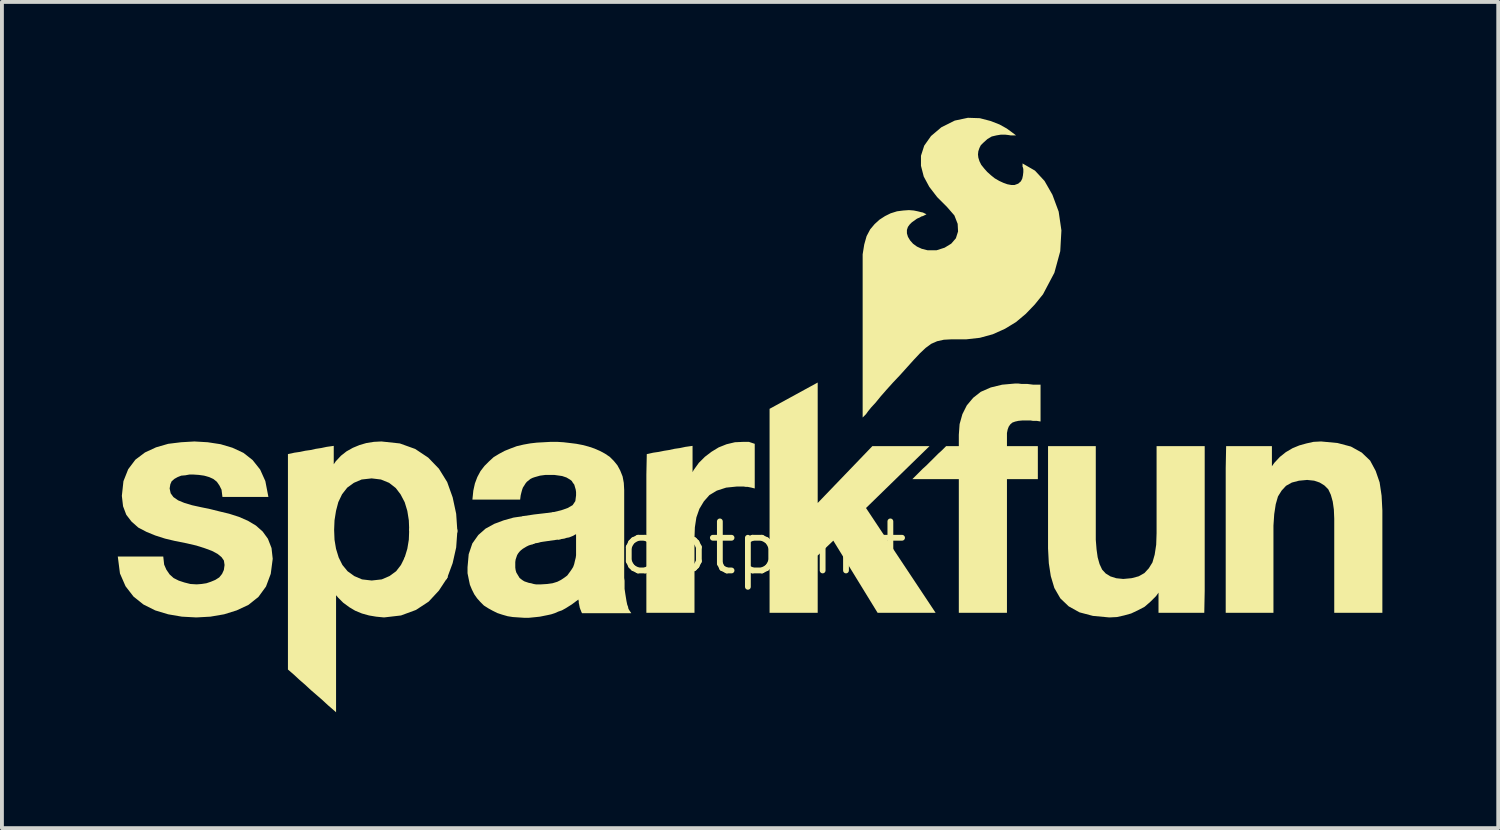
<source format=kicad_pcb>
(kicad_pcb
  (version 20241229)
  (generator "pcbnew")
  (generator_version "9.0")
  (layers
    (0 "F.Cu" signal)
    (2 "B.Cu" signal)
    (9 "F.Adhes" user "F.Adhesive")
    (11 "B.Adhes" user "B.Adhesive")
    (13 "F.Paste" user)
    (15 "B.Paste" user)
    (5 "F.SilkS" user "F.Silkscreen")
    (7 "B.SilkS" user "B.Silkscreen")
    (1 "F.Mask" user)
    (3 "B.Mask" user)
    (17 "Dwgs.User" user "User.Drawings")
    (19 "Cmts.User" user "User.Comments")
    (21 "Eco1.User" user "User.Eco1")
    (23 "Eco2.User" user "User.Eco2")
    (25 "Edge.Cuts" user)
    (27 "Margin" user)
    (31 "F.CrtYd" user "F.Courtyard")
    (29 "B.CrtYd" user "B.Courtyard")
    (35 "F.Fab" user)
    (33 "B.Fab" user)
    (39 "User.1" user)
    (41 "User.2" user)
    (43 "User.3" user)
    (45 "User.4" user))
  (footprint "footprint"
    (layer "F.Cu")
    (at 16.344 11.14)
    (property "Reference" "footprint" (at 0 0 0) (layer "F.SilkS") (effects (font (size 1.27 1.27) (thickness 0.15))))
    (fp_poly (pts (xy -7.55 -0.479) (xy -7.583 -0.016) (xy -7.674 0.389) (xy -7.83 0.811) (xy -8.927 0.278) (xy -8.848 0.019) (xy -8.809 -0.216) (xy -8.798 -0.511)) (stroke (width 0) (type solid)) (fill yes) (layer "F.SilkS"))
    (fp_poly (pts (xy -4.875 -0.23) (xy -5.335 -0.164) (xy -5.393 -0.155) (xy -5.463 -0.135) (xy -5.532 -0.125) (xy -5.625 -0.094) (xy -5.872 -0.823) (xy -5.566 -0.87) (xy -5.306 -0.9) (xy -5.031 -0.934)) (stroke (width 0) (type solid)) (fill yes) (layer "F.SilkS"))
    (fp_poly (pts (xy 1.777 -1.167) (xy 3.193 -2.64) (xy 4.673 -2.64) (xy 3.028 -1.037) (xy 4.83 1.676) (xy 3.328 1.676) (xy 2.181 -0.192) (xy 1.777 0.194) (xy 1.777 1.676) (xy 0.531 1.676) (xy 0.531 -3.605) (xy 1.777 -4.286)) (stroke (width 0) (type solid)) (fill yes) (layer "F.SilkS"))
    (fp_poly (pts (xy 0.147 -2.699) (xy 0.147 -1.543) (xy 0.061 -1.565) (xy -0.035 -1.584) (xy -0.084 -1.584) (xy -0.144 -1.594) (xy -0.309 -1.594) (xy -0.593 -1.565) (xy -0.835 -1.487) (xy -1.026 -1.372) (xy -1.17 -1.209) (xy -1.286 -1.016) (xy -1.364 -0.793) (xy -1.403 -0.538) (xy -1.413 -0.271) (xy -1.413 1.676) (xy -2.659 1.676) (xy -2.659 -1.902) (xy -2.648 -2.433) (xy -2.478 -2.47) (xy -2.338 -2.49) (xy -2.198 -2.519) (xy -2.068 -2.539) (xy -1.928 -2.57) (xy -1.788 -2.59) (xy -1.648 -2.62) (xy -1.463 -2.646) (xy -1.463 -1.966) (xy -1.433 -2.022) (xy -1.3 -2.207) (xy -1.146 -2.361) (xy -0.973 -2.493) (xy -0.788 -2.606) (xy -0.583 -2.688) (xy -0.366 -2.74) (xy -0.142 -2.75) (xy -0.005 -2.75)) (stroke (width 0) (type solid)) (fill yes) (layer "F.SilkS"))
    (fp_poly (pts (xy 7.051 -4.25) (xy 7.201 -4.25) (xy 7.361 -4.23) (xy 7.547 -4.23) (xy 7.547 -3.277) (xy 7.446 -3.294) (xy 7.346 -3.294) (xy 7.286 -3.304) (xy 7.081 -3.304) (xy 6.975 -3.294) (xy 6.89 -3.275) (xy 6.818 -3.249) (xy 6.767 -3.206) (xy 6.723 -3.144) (xy 6.696 -3.072) (xy 6.677 -2.978) (xy 6.677 -2.64) (xy 7.477 -2.64) (xy 7.477 -1.784) (xy 6.677 -1.784) (xy 6.677 1.676) (xy 5.431 1.676) (xy 5.431 -1.784) (xy 4.227 -1.784) (xy 4.493 -2.05) (xy 4.593 -2.14) (xy 4.893 -2.44) (xy 4.993 -2.53) (xy 5.103 -2.64) (xy 5.431 -2.64) (xy 5.431 -2.933) (xy 5.451 -3.209) (xy 5.523 -3.466) (xy 5.637 -3.693) (xy 5.802 -3.89) (xy 5.999 -4.045) (xy 6.257 -4.158) (xy 6.553 -4.23) (xy 6.887 -4.26) (xy 6.971 -4.26)) (stroke (width 0) (type solid)) (fill yes) (layer "F.SilkS"))
    (fp_poly (pts (xy 8.977 -0.214) (xy 8.997 0.034) (xy 9.026 0.24) (xy 9.075 0.415) (xy 9.141 0.557) (xy 9.234 0.658) (xy 9.355 0.733) (xy 9.507 0.781) (xy 9.689 0.8) (xy 9.902 0.78) (xy 10.085 0.732) (xy 10.235 0.648) (xy 10.349 0.525) (xy 10.444 0.372) (xy 10.502 0.17) (xy 10.541 -0.086) (xy 10.551 -0.383) (xy 10.551 -2.64) (xy 11.797 -2.64) (xy 11.797 1.108) (xy 11.786 1.676) (xy 10.601 1.676) (xy 10.601 1.154) (xy 10.538 1.243) (xy 10.395 1.386) (xy 10.241 1.52) (xy 10.066 1.612) (xy 9.892 1.694) (xy 9.708 1.745) (xy 9.524 1.786) (xy 9.328 1.796) (xy 8.902 1.756) (xy 8.555 1.664) (xy 8.276 1.509) (xy 8.059 1.302) (xy 7.904 1.033) (xy 7.812 0.726) (xy 7.761 0.392) (xy 7.741 0.009) (xy 7.741 -2.64) (xy 8.977 -2.64)) (stroke (width 0) (type solid)) (fill yes) (layer "F.SilkS"))
    (fp_poly (pts (xy 15.236 -2.72) (xy 15.583 -2.628) (xy 15.862 -2.473) (xy 16.08 -2.265) (xy 16.224 -1.997) (xy 16.326 -1.701) (xy 16.377 -1.356) (xy 16.397 -0.973) (xy 16.397 1.676) (xy 15.151 1.676) (xy 15.151 -0.761) (xy 15.141 -0.999) (xy 15.112 -1.204) (xy 15.063 -1.379) (xy 14.997 -1.52) (xy 14.895 -1.622) (xy 14.773 -1.697) (xy 14.631 -1.745) (xy 14.449 -1.764) (xy 14.236 -1.744) (xy 14.053 -1.696) (xy 13.903 -1.612) (xy 13.789 -1.489) (xy 13.694 -1.336) (xy 13.636 -1.134) (xy 13.597 -0.878) (xy 13.577 -0.581) (xy 13.577 1.676) (xy 12.341 1.676) (xy 12.341 -2.072) (xy 12.352 -2.64) (xy 13.537 -2.64) (xy 13.537 -2.118) (xy 13.599 -2.206) (xy 13.743 -2.36) (xy 13.897 -2.483) (xy 14.072 -2.586) (xy 14.247 -2.658) (xy 14.43 -2.709) (xy 14.614 -2.75) (xy 14.81 -2.76)) (stroke (width 0) (type solid)) (fill yes) (layer "F.SilkS"))
    (fp_poly (pts (xy -9.042 -2.709) (xy -8.644 -2.566) (xy -8.306 -2.341) (xy -8.031 -2.056) (xy -7.816 -1.709) (xy -7.674 -1.312) (xy -7.583 -0.887) (xy -7.55 -0.403) (xy -8.798 -0.435) (xy -8.809 -0.718) (xy -8.848 -0.963) (xy -8.916 -1.187) (xy -9.023 -1.391) (xy -9.148 -1.555) (xy -9.32 -1.689) (xy -9.531 -1.775) (xy -9.771 -1.804) (xy -10.031 -1.775) (xy -10.232 -1.689) (xy -10.404 -1.564) (xy -10.538 -1.392) (xy -10.635 -1.189) (xy -10.694 -0.964) (xy -10.733 -0.718) (xy -10.743 -0.472) (xy -10.733 -0.216) (xy -10.694 0.019) (xy -10.625 0.244) (xy -10.529 0.437) (xy -10.395 0.6) (xy -10.222 0.725) (xy -10.021 0.811) (xy -9.771 0.84) (xy -9.511 0.811) (xy -9.31 0.725) (xy -9.138 0.6) (xy -9.013 0.438) (xy -8.898 0.207) (xy -7.795 0.743) (xy -8.031 1.102) (xy -8.296 1.387) (xy -8.624 1.602) (xy -9.012 1.745) (xy -9.451 1.796) (xy -9.656 1.776) (xy -9.839 1.745) (xy -10.023 1.694) (xy -10.198 1.622) (xy -10.352 1.53) (xy -10.506 1.417) (xy -10.639 1.284) (xy -10.693 1.221) (xy -10.693 4.251) (xy -10.906 4.066) (xy -11.046 3.936) (xy -11.346 3.676) (xy -11.486 3.546) (xy -11.636 3.416) (xy -11.776 3.286) (xy -11.939 3.145) (xy -11.939 -2.433) (xy -11.768 -2.47) (xy -11.628 -2.49) (xy -11.488 -2.52) (xy -11.348 -2.539) (xy -11.218 -2.569) (xy -11.078 -2.59) (xy -10.938 -2.62) (xy -10.753 -2.646) (xy -10.753 -2.17) (xy -10.701 -2.246) (xy -10.567 -2.39) (xy -10.422 -2.504) (xy -10.258 -2.596) (xy -10.084 -2.668) (xy -9.909 -2.719) (xy -9.715 -2.75) (xy -9.52 -2.76)) (stroke (width 0) (type solid)) (fill yes) (layer "F.SilkS"))
    (fp_poly (pts (xy -14.017 -2.74) (xy -13.683 -2.689) (xy -13.377 -2.598) (xy -13.091 -2.465) (xy -12.854 -2.279) (xy -12.658 -2.032) (xy -12.524 -1.734) (xy -12.445 -1.324) (xy -13.635 -1.324) (xy -13.658 -1.511) (xy -13.714 -1.622) (xy -13.779 -1.716) (xy -13.871 -1.789) (xy -13.974 -1.836) (xy -14.109 -1.875) (xy -14.245 -1.894) (xy -14.392 -1.904) (xy -14.488 -1.904) (xy -14.596 -1.884) (xy -14.702 -1.875) (xy -14.795 -1.838) (xy -14.879 -1.791) (xy -14.95 -1.729) (xy -14.984 -1.651) (xy -15.002 -1.543) (xy -14.975 -1.418) (xy -14.904 -1.32) (xy -14.783 -1.236) (xy -14.618 -1.168) (xy -14.421 -1.109) (xy -14.193 -1.059) (xy -13.952 -1.009) (xy -13.712 -0.949) (xy -13.461 -0.889) (xy -13.208 -0.808) (xy -12.974 -0.706) (xy -12.768 -0.583) (xy -12.593 -0.428) (xy -12.457 -0.24) (xy -12.364 -0.001) (xy -12.333 0.278) (xy -12.384 0.667) (xy -12.507 0.996) (xy -12.703 1.265) (xy -12.961 1.471) (xy -13.267 1.614) (xy -13.592 1.715) (xy -13.947 1.776) (xy -14.311 1.796) (xy -14.685 1.776) (xy -15.04 1.715) (xy -15.375 1.614) (xy -15.682 1.46) (xy -15.938 1.255) (xy -16.144 0.988) (xy -16.288 0.658) (xy -16.344 0.22) (xy -15.167 0.22) (xy -15.144 0.428) (xy -15.087 0.559) (xy -15.002 0.683) (xy -14.899 0.776) (xy -14.766 0.843) (xy -14.62 0.891) (xy -14.465 0.93) (xy -14.301 0.94) (xy -14.175 0.93) (xy -14.05 0.911) (xy -13.934 0.872) (xy -13.819 0.824) (xy -13.717 0.759) (xy -13.644 0.668) (xy -13.598 0.567) (xy -13.58 0.438) (xy -13.597 0.323) (xy -13.659 0.234) (xy -13.762 0.15) (xy -13.907 0.073) (xy -14.093 0.004) (xy -14.311 -0.065) (xy -14.569 -0.125) (xy -14.869 -0.185) (xy -15.121 -0.245) (xy -15.374 -0.326) (xy -15.597 -0.417) (xy -15.813 -0.53) (xy -15.989 -0.686) (xy -16.125 -0.863) (xy -16.208 -1.083) (xy -16.239 -1.352) (xy -16.198 -1.731) (xy -16.075 -2.041) (xy -15.888 -2.289) (xy -15.641 -2.475) (xy -15.354 -2.608) (xy -15.039 -2.699) (xy -14.704 -2.74) (xy -14.361 -2.76)) (stroke (width 0) (type solid)) (fill yes) (layer "F.SilkS"))
    (fp_poly (pts (xy 5.974 -11.13) (xy 6.251 -11.058) (xy 6.485 -10.967) (xy 6.67 -10.864) (xy 6.782 -10.783) (xy 6.913 -10.684) (xy 6.776 -10.684) (xy 6.714 -10.694) (xy 6.627 -10.704) (xy 6.522 -10.704) (xy 6.406 -10.685) (xy 6.283 -10.656) (xy 6.172 -10.591) (xy 6.065 -10.494) (xy 6 -10.429) (xy 5.964 -10.357) (xy 5.936 -10.274) (xy 5.927 -10.192) (xy 5.936 -10.11) (xy 5.965 -10.016) (xy 6.011 -9.923) (xy 6.088 -9.827) (xy 6.166 -9.739) (xy 6.264 -9.651) (xy 6.361 -9.573) (xy 6.477 -9.506) (xy 6.583 -9.457) (xy 6.689 -9.419) (xy 6.792 -9.4) (xy 6.872 -9.4) (xy 6.969 -9.435) (xy 7.038 -9.496) (xy 7.073 -9.565) (xy 7.091 -9.648) (xy 7.101 -9.734) (xy 7.101 -9.808) (xy 7.093 -9.85) (xy 7.081 -9.873) (xy 7.081 -9.958) (xy 7.403 -9.772) (xy 7.65 -9.505) (xy 7.854 -9.148) (xy 8.016 -8.711) (xy 8.087 -8.224) (xy 8.057 -7.686) (xy 7.905 -7.128) (xy 7.611 -6.571) (xy 7.398 -6.307) (xy 7.165 -6.064) (xy 6.911 -5.851) (xy 6.627 -5.678) (xy 6.312 -5.536) (xy 5.976 -5.444) (xy 5.621 -5.404) (xy 5.23 -5.404) (xy 5.044 -5.394) (xy 4.871 -5.356) (xy 4.718 -5.289) (xy 4.573 -5.183) (xy 4.426 -5.045) (xy 4.267 -4.876) (xy 4.097 -4.687) (xy 3.907 -4.476) (xy 3.727 -4.286) (xy 3.557 -4.097) (xy 3.408 -3.927) (xy 3.278 -3.767) (xy 3.158 -3.637) (xy 3.079 -3.539) (xy 3.028 -3.467) (xy 2.941 -3.38) (xy 2.941 -7.605) (xy 2.982 -7.86) (xy 3.043 -8.076) (xy 3.137 -8.253) (xy 3.251 -8.388) (xy 3.376 -8.502) (xy 3.52 -8.595) (xy 3.665 -8.667) (xy 3.831 -8.719) (xy 3.995 -8.74) (xy 4.139 -8.75) (xy 4.264 -8.74) (xy 4.367 -8.719) (xy 4.447 -8.699) (xy 4.501 -8.688) (xy 4.594 -8.642) (xy 4.502 -8.596) (xy 4.464 -8.586) (xy 4.416 -8.558) (xy 4.348 -8.529) (xy 4.214 -8.433) (xy 4.158 -8.377) (xy 4.113 -8.315) (xy 4.087 -8.236) (xy 4.087 -8.148) (xy 4.114 -8.058) (xy 4.17 -7.965) (xy 4.245 -7.88) (xy 4.348 -7.805) (xy 4.472 -7.748) (xy 4.624 -7.71) (xy 4.853 -7.71) (xy 5.063 -7.777) (xy 5.234 -7.881) (xy 5.355 -8.021) (xy 5.411 -8.197) (xy 5.401 -8.394) (xy 5.316 -8.612) (xy 5.121 -8.836) (xy 4.87 -9.087) (xy 4.667 -9.351) (xy 4.523 -9.618) (xy 4.451 -9.897) (xy 4.451 -10.158) (xy 4.535 -10.419) (xy 4.711 -10.668) (xy 4.978 -10.894) (xy 5.326 -11.068) (xy 5.666 -11.14)) (stroke (width 0) (type solid)) (fill yes) (layer "F.SilkS"))
    (fp_poly (pts (xy -4.808 -2.74) (xy -4.636 -2.72) (xy -4.475 -2.7) (xy -4.313 -2.669) (xy -4.16 -2.629) (xy -4.007 -2.578) (xy -3.864 -2.516) (xy -3.731 -2.445) (xy -3.607 -2.362) (xy -3.503 -2.258) (xy -3.409 -2.143) (xy -3.336 -2.008) (xy -3.274 -1.853) (xy -3.243 -1.687) (xy -3.233 -1.503) (xy -3.233 0.775) (xy -3.223 0.845) (xy -3.223 1.055) (xy -3.203 1.192) (xy -3.174 1.371) (xy -3.154 1.467) (xy -3.134 1.517) (xy -3.125 1.566) (xy -3.108 1.599) (xy -3.05 1.686) (xy -4.325 1.686) (xy -4.346 1.643) (xy -4.356 1.613) (xy -4.366 1.593) (xy -4.389 1.524) (xy -4.389 1.504) (xy -4.399 1.474) (xy -4.399 1.454) (xy -4.409 1.424) (xy -4.409 1.374) (xy -4.419 1.344) (xy -4.419 1.33) (xy -4.426 1.337) (xy -4.589 1.459) (xy -4.752 1.561) (xy -4.846 1.613) (xy -4.937 1.644) (xy -5.027 1.684) (xy -5.121 1.715) (xy -5.213 1.735) (xy -5.415 1.776) (xy -5.507 1.786) (xy -5.709 1.806) (xy -5.812 1.806) (xy -6.115 1.786) (xy -6.249 1.765) (xy -6.392 1.724) (xy -6.516 1.683) (xy -6.639 1.622) (xy -6.75 1.561) (xy -6.865 1.488) (xy -6.959 1.394) (xy -7.041 1.302) (xy -7.114 1.198) (xy -7.176 1.074) (xy -7.228 0.949) (xy -7.258 0.806) (xy -7.289 0.652) (xy -7.289 0.496) (xy -7.259 0.16) (xy -7.165 -0.119) (xy -7.01 -0.338) (xy -6.823 -0.503) (xy -6.597 -0.627) (xy -6.353 -0.718) (xy -6.099 -0.789) (xy -5.795 -0.834) (xy -5.553 -0.118) (xy -5.706 -0.067) (xy -5.763 -0.039) (xy -5.859 0.019) (xy -5.906 0.056) (xy -5.943 0.093) (xy -5.98 0.14) (xy -6.006 0.184) (xy -6.044 0.297) (xy -6.053 0.361) (xy -6.053 0.505) (xy -6.044 0.57) (xy -6.026 0.633) (xy -5.942 0.773) (xy -5.898 0.808) (xy -5.86 0.836) (xy -5.815 0.863) (xy -5.702 0.901) (xy -5.643 0.911) (xy -5.573 0.931) (xy -5.518 0.94) (xy -5.382 0.94) (xy -5.225 0.93) (xy -5.089 0.911) (xy -4.965 0.873) (xy -4.87 0.825) (xy -4.783 0.767) (xy -4.708 0.711) (xy -4.652 0.635) (xy -4.603 0.567) (xy -4.555 0.491) (xy -4.528 0.417) (xy -4.508 0.329) (xy -4.488 0.251) (xy -4.479 0.185) (xy -4.479 -0.358) (xy -4.504 -0.348) (xy -4.554 -0.318) (xy -4.661 -0.275) (xy -4.722 -0.265) (xy -4.782 -0.245) (xy -4.855 -0.234) (xy -4.95 -0.218) (xy -5.106 -0.92) (xy -4.862 -0.979) (xy -4.697 -1.037) (xy -4.568 -1.111) (xy -4.498 -1.216) (xy -4.479 -1.364) (xy -4.479 -1.449) (xy -4.488 -1.514) (xy -4.526 -1.644) (xy -4.562 -1.69) (xy -4.59 -1.737) (xy -4.633 -1.771) (xy -4.727 -1.827) (xy -4.84 -1.865) (xy -5.044 -1.894) (xy -5.269 -1.894) (xy -5.346 -1.884) (xy -5.413 -1.875) (xy -5.55 -1.836) (xy -5.606 -1.817) (xy -5.66 -1.79) (xy -5.754 -1.715) (xy -5.79 -1.67) (xy -5.819 -1.622) (xy -5.856 -1.565) (xy -5.875 -1.511) (xy -5.894 -1.442) (xy -5.913 -1.365) (xy -5.927 -1.254) (xy -7.163 -1.254) (xy -7.139 -1.488) (xy -7.098 -1.673) (xy -7.036 -1.838) (xy -6.953 -1.993) (xy -6.85 -2.127) (xy -6.737 -2.24) (xy -6.614 -2.353) (xy -6.48 -2.435) (xy -6.327 -2.517) (xy -6.175 -2.578) (xy -6.012 -2.639) (xy -5.839 -2.679) (xy -5.667 -2.71) (xy -5.494 -2.73) (xy -5.132 -2.75) (xy -4.97 -2.75)) (stroke (width 0) (type solid)) (fill yes) (layer "F.SilkS")))
  (gr_rect
    (start -3 -3)
    (end 35.741 18.392)
    (stroke (width 0.1) (type default))
    (fill no)
    (layer "Edge.Cuts")))
</source>
